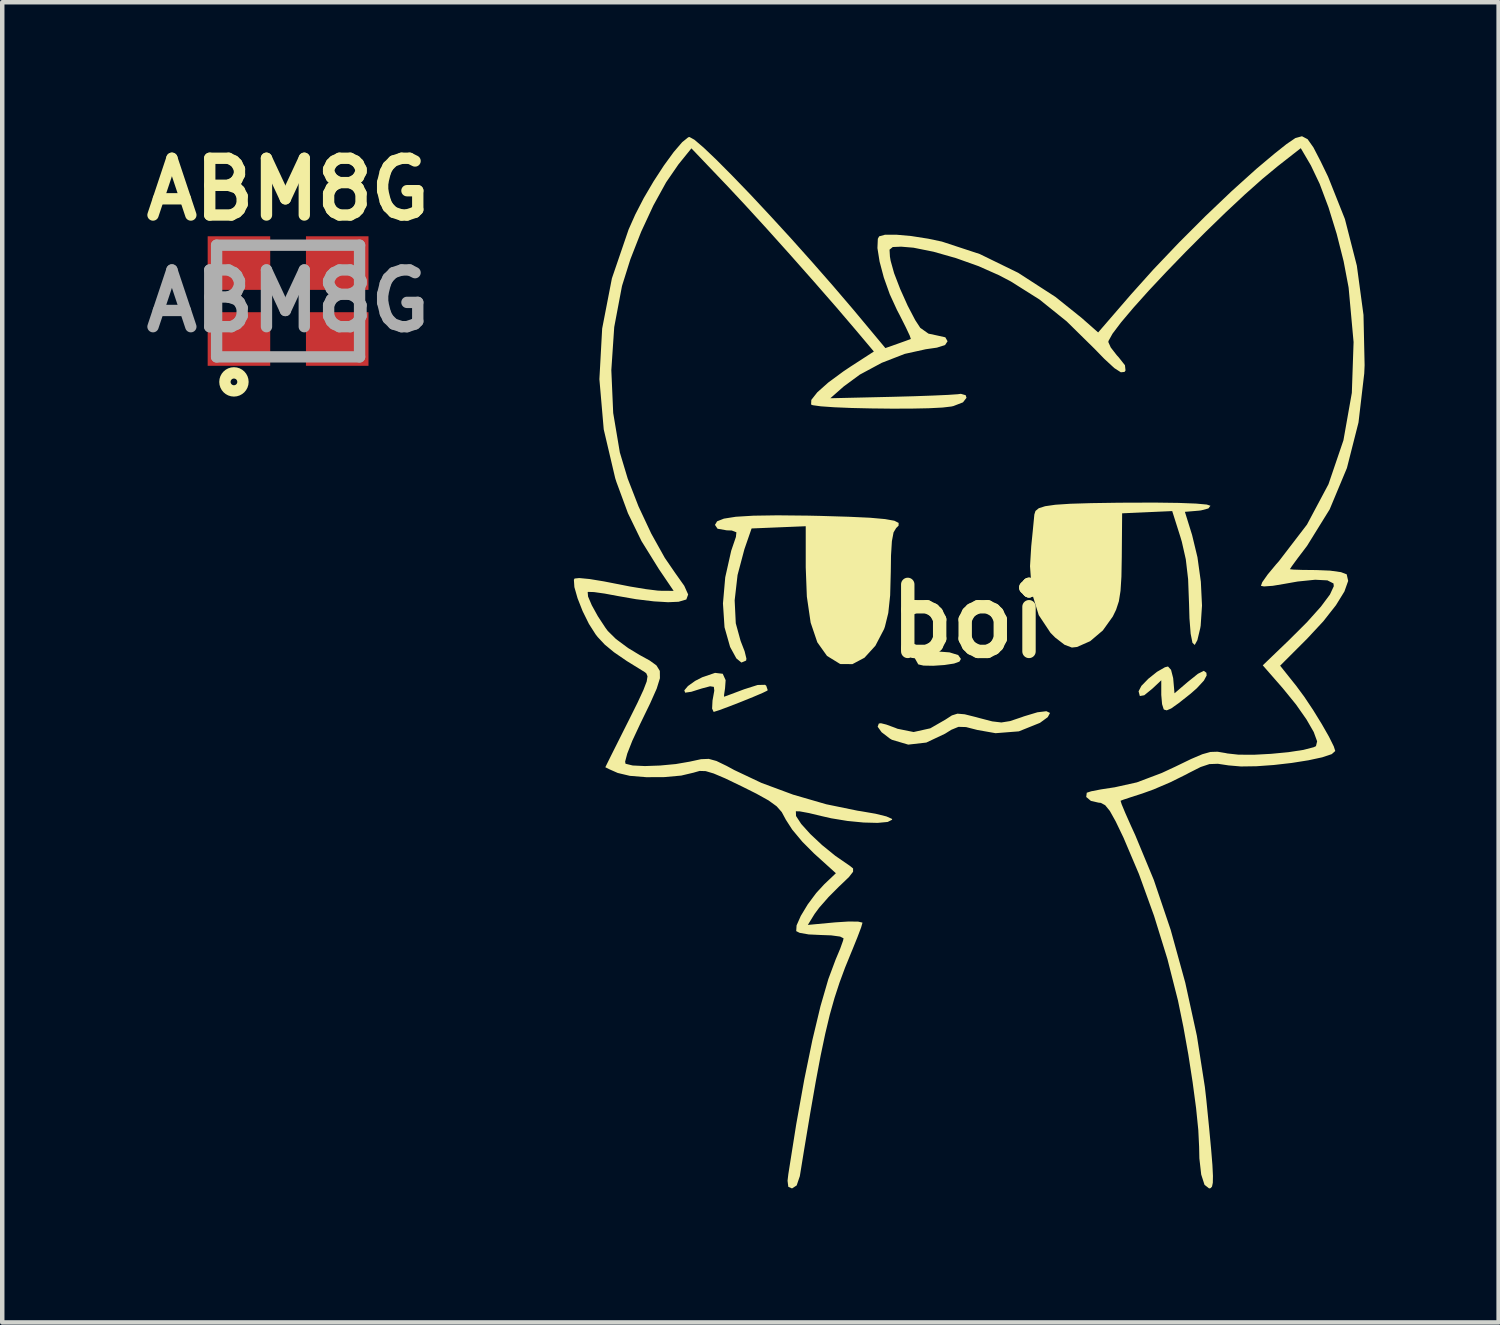
<source format=kicad_pcb>
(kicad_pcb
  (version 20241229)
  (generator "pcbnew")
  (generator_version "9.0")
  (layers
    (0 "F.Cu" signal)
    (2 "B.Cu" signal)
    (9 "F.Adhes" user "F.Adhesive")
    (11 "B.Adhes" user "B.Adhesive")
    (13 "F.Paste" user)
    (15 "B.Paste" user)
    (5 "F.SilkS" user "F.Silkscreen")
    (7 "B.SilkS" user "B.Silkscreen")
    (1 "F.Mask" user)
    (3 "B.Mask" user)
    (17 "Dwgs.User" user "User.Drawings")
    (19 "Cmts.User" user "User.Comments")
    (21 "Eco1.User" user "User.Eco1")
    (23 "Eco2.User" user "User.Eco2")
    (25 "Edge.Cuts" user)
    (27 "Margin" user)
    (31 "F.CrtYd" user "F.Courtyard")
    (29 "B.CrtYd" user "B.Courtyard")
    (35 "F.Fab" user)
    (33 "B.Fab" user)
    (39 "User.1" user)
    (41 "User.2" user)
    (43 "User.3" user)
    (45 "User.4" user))
  (footprint "ABM8G"
    (layer "F.Cu")
    (at 3.399 3.689)
    (property "Reference" "ABM8G" (at 0 -2.5 0) (layer "F.SilkS") (effects (font (size 1.27 1.27) (thickness 0.254))))
    (attr smd)
    (fp_circle (center -1.212 1.81) (end -1.212 1.885) (stroke (width 0.254) (type solid)) (fill no) (layer "F.SilkS"))
    (fp_line (start -1.6 -1.25) (end 1.6 -1.25) (stroke (width 0.254) (type solid)) (layer "F.Fab"))
    (fp_line (start -1.6 1.25) (end -1.6 -1.25) (stroke (width 0.254) (type solid)) (layer "F.Fab"))
    (fp_line (start 1.6 -1.25) (end 1.6 1.25) (stroke (width 0.254) (type solid)) (layer "F.Fab"))
    (fp_line (start 1.6 1.25) (end -1.6 1.25) (stroke (width 0.254) (type solid)) (layer "F.Fab"))
    (fp_text user "${REFERENCE}" (at 0 0 0) (layer "F.Fab") (effects (font (size 1.27 1.27) (thickness 0.254))))
    (pad "1" smd rect (at -1.1 0.85 90) (size 1.2 1.4) (layers "F.Cu" "F.Mask" "F.Paste"))
    (pad "2" smd rect (at 1.1 0.85 90) (size 1.2 1.4) (layers "F.Cu" "F.Mask" "F.Paste"))
    (pad "3" smd rect (at 1.1 -0.85 90) (size 1.2 1.4) (layers "F.Cu" "F.Mask" "F.Paste"))
    (pad "4" smd rect (at -1.1 -0.85 90) (size 1.2 1.4) (layers "F.Cu" "F.Mask" "F.Paste")))
  (footprint "boi"
    (layer "F.Cu")
    (at 18.628 10.854)
    (property "Reference" "boi" (at 0 0 0) (layer "F.SilkS") (effects (font (size 1.5 1.5) (thickness 0.3))))
    (attr board_only exclude_from_pos_files exclude_from_bom)
    (fp_poly (pts (xy -0.422 0.7) (xy -0.228 0.76) (xy -0.167 0.847) (xy -0.201 0.907) (xy -0.32 0.95) (xy -0.537 0.983) (xy -0.787 1) (xy -1.004 0.996) (xy -1.121 0.969) (xy -1.122 0.968) (xy -1.202 0.826) (xy -1.121 0.73) (xy -0.883 0.682) (xy -0.725 0.677)) (stroke (width 0) (type solid)) (fill yes) (layer "F.SilkS"))
    (fp_poly (pts (xy 4.537 1.091) (xy 4.584 1.274) (xy 4.588 1.316) (xy 4.614 1.616) (xy 4.911 1.362) (xy 5.139 1.179) (xy 5.271 1.113) (xy 5.328 1.156) (xy 5.334 1.217) (xy 5.272 1.332) (xy 5.114 1.503) (xy 4.974 1.626) (xy 4.707 1.837) (xy 4.539 1.956) (xy 4.44 1.998) (xy 4.381 1.981) (xy 4.372 1.973) (xy 4.336 1.859) (xy 4.318 1.652) (xy 4.318 1.622) (xy 4.318 1.325) (xy 4.122 1.509) (xy 3.937 1.66) (xy 3.838 1.677) (xy 3.81 1.571) (xy 3.874 1.449) (xy 4.03 1.289) (xy 4.223 1.135) (xy 4.4 1.033) (xy 4.469 1.016)) (stroke (width 0) (type solid)) (fill yes) (layer "F.SilkS"))
    (fp_poly (pts (xy -5.499 1.179) (xy -5.434 1.322) (xy -5.447 1.503) (xy -5.469 1.651) (xy -5.47 1.693) (xy -5.393 1.666) (xy -5.204 1.595) (xy -5.02 1.526) (xy -4.718 1.43) (xy -4.551 1.426) (xy -4.525 1.447) (xy -4.493 1.543) (xy -4.5 1.556) (xy -4.609 1.609) (xy -4.821 1.699) (xy -5.085 1.806) (xy -5.352 1.91) (xy -5.572 1.992) (xy -5.695 2.031) (xy -5.703 2.032) (xy -5.737 1.959) (xy -5.728 1.779) (xy -5.718 1.724) (xy -5.688 1.557) (xy -5.698 1.472) (xy -5.782 1.459) (xy -5.971 1.509) (xy -6.202 1.582) (xy -6.34 1.602) (xy -6.359 1.55) (xy -6.278 1.454) (xy -6.118 1.339) (xy -5.958 1.257) (xy -5.671 1.159)) (stroke (width 0) (type solid)) (fill yes) (layer "F.SilkS"))
    (fp_poly (pts (xy 1.828 2.056) (xy 1.777 2.15) (xy 1.602 2.278) (xy 1.13 2.468) (xy 0.609 2.509) (xy 0.201 2.437) (xy -0.053 2.372) (xy -0.222 2.367) (xy -0.382 2.433) (xy -0.523 2.521) (xy -0.942 2.719) (xy -1.346 2.765) (xy -1.711 2.657) (xy -1.757 2.63) (xy -1.943 2.487) (xy -2.031 2.364) (xy -2.005 2.293) (xy -1.958 2.286) (xy -1.837 2.316) (xy -1.633 2.391) (xy -1.587 2.41) (xy -1.226 2.483) (xy -0.853 2.4) (xy -0.514 2.205) (xy -0.369 2.111) (xy -0.244 2.072) (xy -0.082 2.086) (xy 0.174 2.15) (xy 0.246 2.17) (xy 0.535 2.245) (xy 0.739 2.269) (xy 0.934 2.238) (xy 1.195 2.15) (xy 1.244 2.132) (xy 1.546 2.041) (xy 1.746 2.017)) (stroke (width 0) (type solid)) (fill yes) (layer "F.SilkS"))
    (fp_poly (pts (xy -3.587 -2.361) (xy -3.31 -2.355) (xy -2.678 -2.336) (xy -2.201 -2.314) (xy -1.866 -2.284) (xy -1.657 -2.247) (xy -1.561 -2.198) (xy -1.563 -2.136) (xy -1.617 -2.083) (xy -1.675 -1.986) (xy -1.712 -1.79) (xy -1.732 -1.468) (xy -1.737 -1.101) (xy -1.751 -0.577) (xy -1.793 -0.182) (xy -1.868 0.123) (xy -1.887 0.178) (xy -2.082 0.552) (xy -2.326 0.82) (xy -2.595 0.963) (xy -2.863 0.961) (xy -2.879 0.955) (xy -3.165 0.779) (xy -3.382 0.474) (xy -3.531 0.034) (xy -3.616 -0.549) (xy -3.641 -1.204) (xy -3.641 -2.124) (xy -4.247 -2.099) (xy -4.853 -2.074) (xy -5.014 -1.609) (xy -5.167 -1.032) (xy -5.232 -0.464) (xy -5.207 0.049) (xy -5.099 0.443) (xy -5.009 0.675) (xy -4.969 0.839) (xy -4.975 0.883) (xy -5.081 0.928) (xy -5.194 0.835) (xy -5.327 0.592) (xy -5.336 0.572) (xy -5.459 0.138) (xy -5.494 -0.394) (xy -5.443 -0.98) (xy -5.309 -1.576) (xy -5.204 -1.884) (xy -5.193 -1.988) (xy -5.296 -2.028) (xy -5.41 -2.032) (xy -5.615 -2.068) (xy -5.673 -2.154) (xy -5.625 -2.234) (xy -5.473 -2.294) (xy -5.206 -2.336) (xy -4.811 -2.36) (xy -4.275 -2.368)) (stroke (width 0) (type solid)) (fill yes) (layer "F.SilkS"))
    (fp_poly (pts (xy 4.706 -2.646) (xy 5.096 -2.631) (xy 5.338 -2.609) (xy 5.419 -2.582) (xy 5.373 -2.522) (xy 5.207 -2.478) (xy 5.154 -2.472) (xy 4.847 -2.446) (xy 5.008 -1.928) (xy 5.128 -1.43) (xy 5.204 -0.881) (xy 5.23 -0.348) (xy 5.2 0.103) (xy 5.191 0.156) (xy 5.126 0.427) (xy 5.067 0.534) (xy 5.016 0.485) (xy 4.976 0.284) (xy 4.949 -0.063) (xy 4.94 -0.381) (xy 4.919 -0.938) (xy 4.867 -1.384) (xy 4.778 -1.777) (xy 4.745 -1.888) (xy 4.563 -2.463) (xy 4.003 -2.438) (xy 3.442 -2.413) (xy 3.434 -1.439) (xy 3.426 -0.994) (xy 3.406 -0.677) (xy 3.369 -0.444) (xy 3.307 -0.255) (xy 3.233 -0.103) (xy 3.01 0.209) (xy 2.727 0.449) (xy 2.432 0.579) (xy 2.317 0.592) (xy 2.153 0.53) (xy 1.943 0.368) (xy 1.838 0.262) (xy 1.575 -0.134) (xy 1.423 -0.627) (xy 1.38 -1.229) (xy 1.407 -1.676) (xy 1.439 -1.994) (xy 1.463 -2.243) (xy 1.476 -2.378) (xy 1.477 -2.388) (xy 1.502 -2.466) (xy 1.576 -2.527) (xy 1.718 -2.572) (xy 1.948 -2.605) (xy 2.284 -2.627) (xy 2.747 -2.641) (xy 3.355 -2.65) (xy 3.523 -2.651) (xy 4.179 -2.653)) (stroke (width 0) (type solid)) (fill yes) (layer "F.SilkS"))
    (fp_poly (pts (xy 7.594 -10.788) (xy 7.724 -10.604) (xy 7.886 -10.291) (xy 8.052 -9.948) (xy 8.429 -9.001) (xy 8.696 -7.957) (xy 8.845 -6.854) (xy 8.87 -5.73) (xy 8.862 -5.546) (xy 8.733 -4.446) (xy 8.474 -3.427) (xy 8.088 -2.502) (xy 7.582 -1.685) (xy 7.539 -1.628) (xy 7.366 -1.4) (xy 7.243 -1.232) (xy 7.197 -1.162) (xy 7.274 -1.153) (xy 7.478 -1.146) (xy 7.766 -1.143) (xy 7.785 -1.143) (xy 8.096 -1.13) (xy 8.341 -1.096) (xy 8.469 -1.047) (xy 8.502 -0.9) (xy 8.418 -0.663) (xy 8.228 -0.355) (xy 7.945 0.005) (xy 7.584 0.393) (xy 6.979 0.998) (xy 7.341 1.452) (xy 7.521 1.696) (xy 7.719 1.993) (xy 7.91 2.303) (xy 8.072 2.587) (xy 8.18 2.805) (xy 8.213 2.908) (xy 8.134 2.978) (xy 7.922 3.049) (xy 7.611 3.116) (xy 7.239 3.175) (xy 6.839 3.221) (xy 6.448 3.249) (xy 6.101 3.254) (xy 5.835 3.231) (xy 5.83 3.231) (xy 5.585 3.194) (xy 5.396 3.201) (xy 5.2 3.266) (xy 4.933 3.401) (xy 4.876 3.432) (xy 4.523 3.607) (xy 4.144 3.769) (xy 3.895 3.859) (xy 3.64 3.941) (xy 3.462 4) (xy 3.407 4.022) (xy 3.431 4.1) (xy 3.513 4.297) (xy 3.639 4.581) (xy 3.735 4.791) (xy 4.151 5.794) (xy 4.529 6.912) (xy 4.855 8.093) (xy 5.115 9.282) (xy 5.294 10.428) (xy 5.326 10.71) (xy 5.389 11.341) (xy 5.434 11.823) (xy 5.463 12.176) (xy 5.475 12.42) (xy 5.472 12.574) (xy 5.454 12.659) (xy 5.422 12.694) (xy 5.389 12.7) (xy 5.286 12.619) (xy 5.212 12.389) (xy 5.171 12.028) (xy 5.165 11.761) (xy 5.147 11.392) (xy 5.097 10.899) (xy 5.02 10.323) (xy 4.924 9.704) (xy 4.813 9.084) (xy 4.694 8.504) (xy 4.694 8.502) (xy 4.457 7.569) (xy 4.157 6.6) (xy 3.818 5.662) (xy 3.472 4.847) (xy 3.297 4.483) (xy 3.167 4.25) (xy 3.062 4.121) (xy 2.964 4.069) (xy 2.914 4.064) (xy 2.743 4.025) (xy 2.638 3.937) (xy 2.65 3.842) (xy 2.748 3.81) (xy 2.969 3.767) (xy 3.263 3.722) (xy 3.272 3.721) (xy 3.772 3.61) (xy 4.328 3.4) (xy 4.631 3.259) (xy 4.988 3.086) (xy 5.237 2.98) (xy 5.419 2.929) (xy 5.577 2.924) (xy 5.752 2.953) (xy 5.8 2.963) (xy 6.047 2.99) (xy 6.39 2.992) (xy 6.779 2.971) (xy 7.165 2.934) (xy 7.499 2.883) (xy 7.731 2.823) (xy 7.781 2.799) (xy 7.807 2.691) (xy 7.731 2.483) (xy 7.568 2.2) (xy 7.333 1.865) (xy 7.039 1.504) (xy 7.02 1.482) (xy 6.59 0.99) (xy 7.172 0.431) (xy 7.581 0.023) (xy 7.891 -0.323) (xy 8.094 -0.595) (xy 8.18 -0.781) (xy 8.173 -0.843) (xy 8.037 -0.912) (xy 7.762 -0.926) (xy 7.37 -0.886) (xy 7.082 -0.835) (xy 6.814 -0.79) (xy 6.618 -0.776) (xy 6.549 -0.789) (xy 6.578 -0.87) (xy 6.699 -1.042) (xy 6.889 -1.271) (xy 6.953 -1.343) (xy 7.58 -2.161) (xy 8.061 -3.064) (xy 8.396 -4.048) (xy 8.584 -5.11) (xy 8.623 -6.246) (xy 8.513 -7.453) (xy 8.51 -7.476) (xy 8.4 -8.056) (xy 8.245 -8.668) (xy 8.062 -9.261) (xy 7.864 -9.788) (xy 7.668 -10.199) (xy 7.653 -10.225) (xy 7.441 -10.587) (xy 6.925 -10.183) (xy 6.583 -9.9) (xy 6.189 -9.55) (xy 5.76 -9.149) (xy 5.313 -8.715) (xy 4.866 -8.267) (xy 4.436 -7.822) (xy 4.039 -7.399) (xy 3.694 -7.014) (xy 3.417 -6.686) (xy 3.226 -6.433) (xy 3.137 -6.272) (xy 3.133 -6.247) (xy 3.187 -6.126) (xy 3.322 -5.952) (xy 3.361 -5.91) (xy 3.505 -5.728) (xy 3.518 -5.61) (xy 3.495 -5.578) (xy 3.413 -5.57) (xy 3.267 -5.664) (xy 3.043 -5.871) (xy 2.823 -6.097) (xy 2.2 -6.71) (xy 1.592 -7.199) (xy 0.953 -7.602) (xy 0.689 -7.741) (xy 0.23 -7.945) (xy -0.278 -8.126) (xy -0.781 -8.269) (xy -1.229 -8.359) (xy -1.505 -8.382) (xy -1.693 -8.374) (xy -1.765 -8.315) (xy -1.756 -8.158) (xy -1.74 -8.065) (xy -1.663 -7.789) (xy -1.526 -7.433) (xy -1.359 -7.061) (xy -1.19 -6.738) (xy -1.077 -6.565) (xy -0.893 -6.435) (xy -0.708 -6.396) (xy -0.516 -6.353) (xy -0.466 -6.265) (xy -0.521 -6.181) (xy -0.703 -6.122) (xy -0.954 -6.086) (xy -1.424 -5.982) (xy -1.939 -5.782) (xy -2.43 -5.518) (xy -2.794 -5.25) (xy -3.09 -4.989) (xy -1.693 -5.021) (xy -1.217 -5.034) (xy -0.794 -5.049) (xy -0.457 -5.064) (xy -0.236 -5.079) (xy -0.169 -5.088) (xy -0.06 -5.057) (xy -0.042 -4.999) (xy -0.121 -4.897) (xy -0.336 -4.814) (xy -0.381 -4.804) (xy -0.576 -4.781) (xy -0.887 -4.765) (xy -1.279 -4.757) (xy -1.72 -4.756) (xy -2.177 -4.761) (xy -2.615 -4.771) (xy -3.001 -4.787) (xy -3.302 -4.808) (xy -3.484 -4.833) (xy -3.521 -4.848) (xy -3.516 -4.952) (xy -3.382 -5.122) (xy -3.136 -5.341) (xy -2.798 -5.59) (xy -2.646 -5.692) (xy -2.116 -6.035) (xy -2.516 -6.51) (xy -2.953 -7.022) (xy -3.455 -7.597) (xy -3.986 -8.197) (xy -4.513 -8.784) (xy -5.002 -9.319) (xy -5.42 -9.766) (xy -5.45 -9.797) (xy -6.2 -10.583) (xy -6.491 -10.223) (xy -6.766 -9.823) (xy -7.052 -9.304) (xy -7.326 -8.714) (xy -7.566 -8.101) (xy -7.751 -7.512) (xy -7.757 -7.487) (xy -7.928 -6.582) (xy -7.993 -5.618) (xy -7.951 -4.659) (xy -7.801 -3.768) (xy -7.8 -3.768) (xy -7.626 -3.189) (xy -7.384 -2.567) (xy -7.098 -1.957) (xy -6.796 -1.416) (xy -6.569 -1.085) (xy -6.36 -0.79) (xy -6.273 -0.596) (xy -6.314 -0.484) (xy -6.487 -0.433) (xy -6.722 -0.423) (xy -7.041 -0.442) (xy -7.438 -0.49) (xy -7.828 -0.558) (xy -7.829 -0.558) (xy -8.14 -0.616) (xy -8.382 -0.65) (xy -8.512 -0.654) (xy -8.522 -0.65) (xy -8.514 -0.551) (xy -8.431 -0.356) (xy -8.294 -0.108) (xy -8.125 0.149) (xy -8.071 0.222) (xy -7.889 0.401) (xy -7.617 0.603) (xy -7.357 0.76) (xy -7.133 0.883) (xy -6.983 0.992) (xy -6.907 1.115) (xy -6.905 1.279) (xy -6.977 1.511) (xy -7.123 1.84) (xy -7.343 2.293) (xy -7.352 2.312) (xy -7.523 2.678) (xy -7.636 2.965) (xy -7.684 3.145) (xy -7.675 3.193) (xy -7.516 3.232) (xy -7.241 3.245) (xy -6.902 3.233) (xy -6.55 3.2) (xy -6.237 3.146) (xy -6.215 3.141) (xy -5.984 3.091) (xy -5.812 3.084) (xy -5.64 3.131) (xy -5.409 3.243) (xy -5.241 3.334) (xy -4.632 3.622) (xy -3.923 3.885) (xy -3.182 4.1) (xy -2.477 4.245) (xy -2.41 4.255) (xy -2.079 4.312) (xy -1.836 4.372) (xy -1.713 4.426) (xy -1.705 4.445) (xy -1.806 4.496) (xy -2.032 4.517) (xy -2.345 4.509) (xy -2.705 4.474) (xy -3.071 4.414) (xy -3.29 4.364) (xy -3.569 4.297) (xy -3.775 4.259) (xy -3.862 4.257) (xy -3.858 4.363) (xy -3.742 4.541) (xy -3.539 4.766) (xy -3.276 5.013) (xy -2.978 5.255) (xy -2.67 5.467) (xy -2.658 5.475) (xy -2.581 5.537) (xy -2.581 5.611) (xy -2.673 5.729) (xy -2.875 5.923) (xy -2.894 5.94) (xy -3.132 6.179) (xy -3.339 6.415) (xy -3.442 6.554) (xy -3.594 6.801) (xy -2.982 6.744) (xy -2.686 6.725) (xy -2.469 6.727) (xy -2.372 6.749) (xy -2.371 6.753) (xy -2.401 6.858) (xy -2.483 7.075) (xy -2.598 7.36) (xy -2.619 7.41) (xy -2.761 7.758) (xy -2.885 8.094) (xy -2.997 8.437) (xy -3.102 8.809) (xy -3.203 9.232) (xy -3.307 9.725) (xy -3.417 10.31) (xy -3.539 11.008) (xy -3.678 11.84) (xy -3.773 12.425) (xy -3.844 12.633) (xy -3.948 12.7) (xy -4.031 12.664) (xy -4.048 12.528) (xy -4.031 12.383) (xy -3.854 11.266) (xy -3.673 10.259) (xy -3.491 9.373) (xy -3.311 8.621) (xy -3.135 8.014) (xy -2.972 7.577) (xy -2.87 7.334) (xy -2.806 7.155) (xy -2.794 7.101) (xy -2.871 7.062) (xy -3.071 7.035) (xy -3.297 7.027) (xy -3.575 7.014) (xy -3.779 6.978) (xy -3.854 6.94) (xy -3.846 6.812) (xy -3.752 6.6) (xy -3.597 6.343) (xy -3.406 6.086) (xy -3.226 5.891) (xy -2.966 5.644) (xy -3.457 5.2) (xy -3.718 4.938) (xy -3.944 4.667) (xy -4.088 4.443) (xy -4.094 4.431) (xy -4.178 4.275) (xy -4.293 4.145) (xy -4.472 4.015) (xy -4.747 3.862) (xy -5.069 3.701) (xy -5.443 3.521) (xy -5.702 3.411) (xy -5.881 3.358) (xy -6.016 3.354) (xy -6.14 3.389) (xy -6.145 3.391) (xy -6.428 3.458) (xy -6.804 3.492) (xy -7.209 3.494) (xy -7.578 3.464) (xy -7.847 3.4) (xy -7.853 3.398) (xy -8.034 3.318) (xy -8.124 3.273) (xy -8.127 3.271) (xy -8.09 3.195) (xy -7.992 2.997) (xy -7.845 2.704) (xy -7.664 2.343) (xy -7.614 2.244) (xy -7.408 1.83) (xy -7.274 1.541) (xy -7.201 1.351) (xy -7.183 1.235) (xy -7.21 1.169) (xy -7.243 1.143) (xy -7.646 0.894) (xy -7.933 0.697) (xy -8.139 0.527) (xy -8.297 0.358) (xy -8.344 0.298) (xy -8.494 0.063) (xy -8.635 -0.222) (xy -8.749 -0.512) (xy -8.82 -0.761) (xy -8.831 -0.924) (xy -8.816 -0.953) (xy -8.711 -0.964) (xy -8.481 -0.942) (xy -8.164 -0.89) (xy -7.954 -0.849) (xy -7.572 -0.774) (xy -7.221 -0.716) (xy -6.956 -0.683) (xy -6.876 -0.679) (xy -6.598 -0.677) (xy -6.928 -1.164) (xy -7.318 -1.792) (xy -7.621 -2.415) (xy -7.879 -3.115) (xy -7.906 -3.199) (xy -8.163 -4.292) (xy -8.26 -5.415) (xy -8.198 -6.549) (xy -7.98 -7.673) (xy -7.606 -8.767) (xy -7.457 -9.102) (xy -7.267 -9.47) (xy -7.046 -9.846) (xy -6.816 -10.199) (xy -6.596 -10.501) (xy -6.407 -10.721) (xy -6.271 -10.831) (xy -6.243 -10.837) (xy -6.133 -10.776) (xy -5.928 -10.601) (xy -5.642 -10.329) (xy -5.289 -9.974) (xy -4.883 -9.553) (xy -4.441 -9.08) (xy -3.975 -8.572) (xy -3.501 -8.042) (xy -3.033 -7.508) (xy -2.585 -6.984) (xy -2.469 -6.845) (xy -1.858 -6.112) (xy -1.585 -6.208) (xy -1.395 -6.276) (xy -1.291 -6.315) (xy -1.288 -6.316) (xy -1.313 -6.391) (xy -1.402 -6.58) (xy -1.537 -6.848) (xy -1.598 -6.964) (xy -1.76 -7.317) (xy -1.893 -7.691) (xy -1.988 -8.049) (xy -2.036 -8.351) (xy -2.027 -8.558) (xy -1.998 -8.613) (xy -1.868 -8.649) (xy -1.614 -8.65) (xy -1.278 -8.62) (xy -0.901 -8.561) (xy -0.593 -8.496) (xy 0.255 -8.217) (xy 1.115 -7.797) (xy 1.95 -7.257) (xy 2.532 -6.79) (xy 2.905 -6.462) (xy 3.643 -7.316) (xy 4.143 -7.873) (xy 4.709 -8.468) (xy 5.305 -9.064) (xy 5.896 -9.627) (xy 6.445 -10.122) (xy 6.846 -10.459) (xy 7.121 -10.678) (xy 7.319 -10.813) (xy 7.468 -10.854)) (stroke (width 0) (type solid)) (fill yes) (layer "F.SilkS")))
  (gr_rect
    (start -3 -3)
    (end 30.498 26.554)
    (stroke (width 0.1) (type default))
    (fill no)
    (layer "Edge.Cuts")))
</source>
